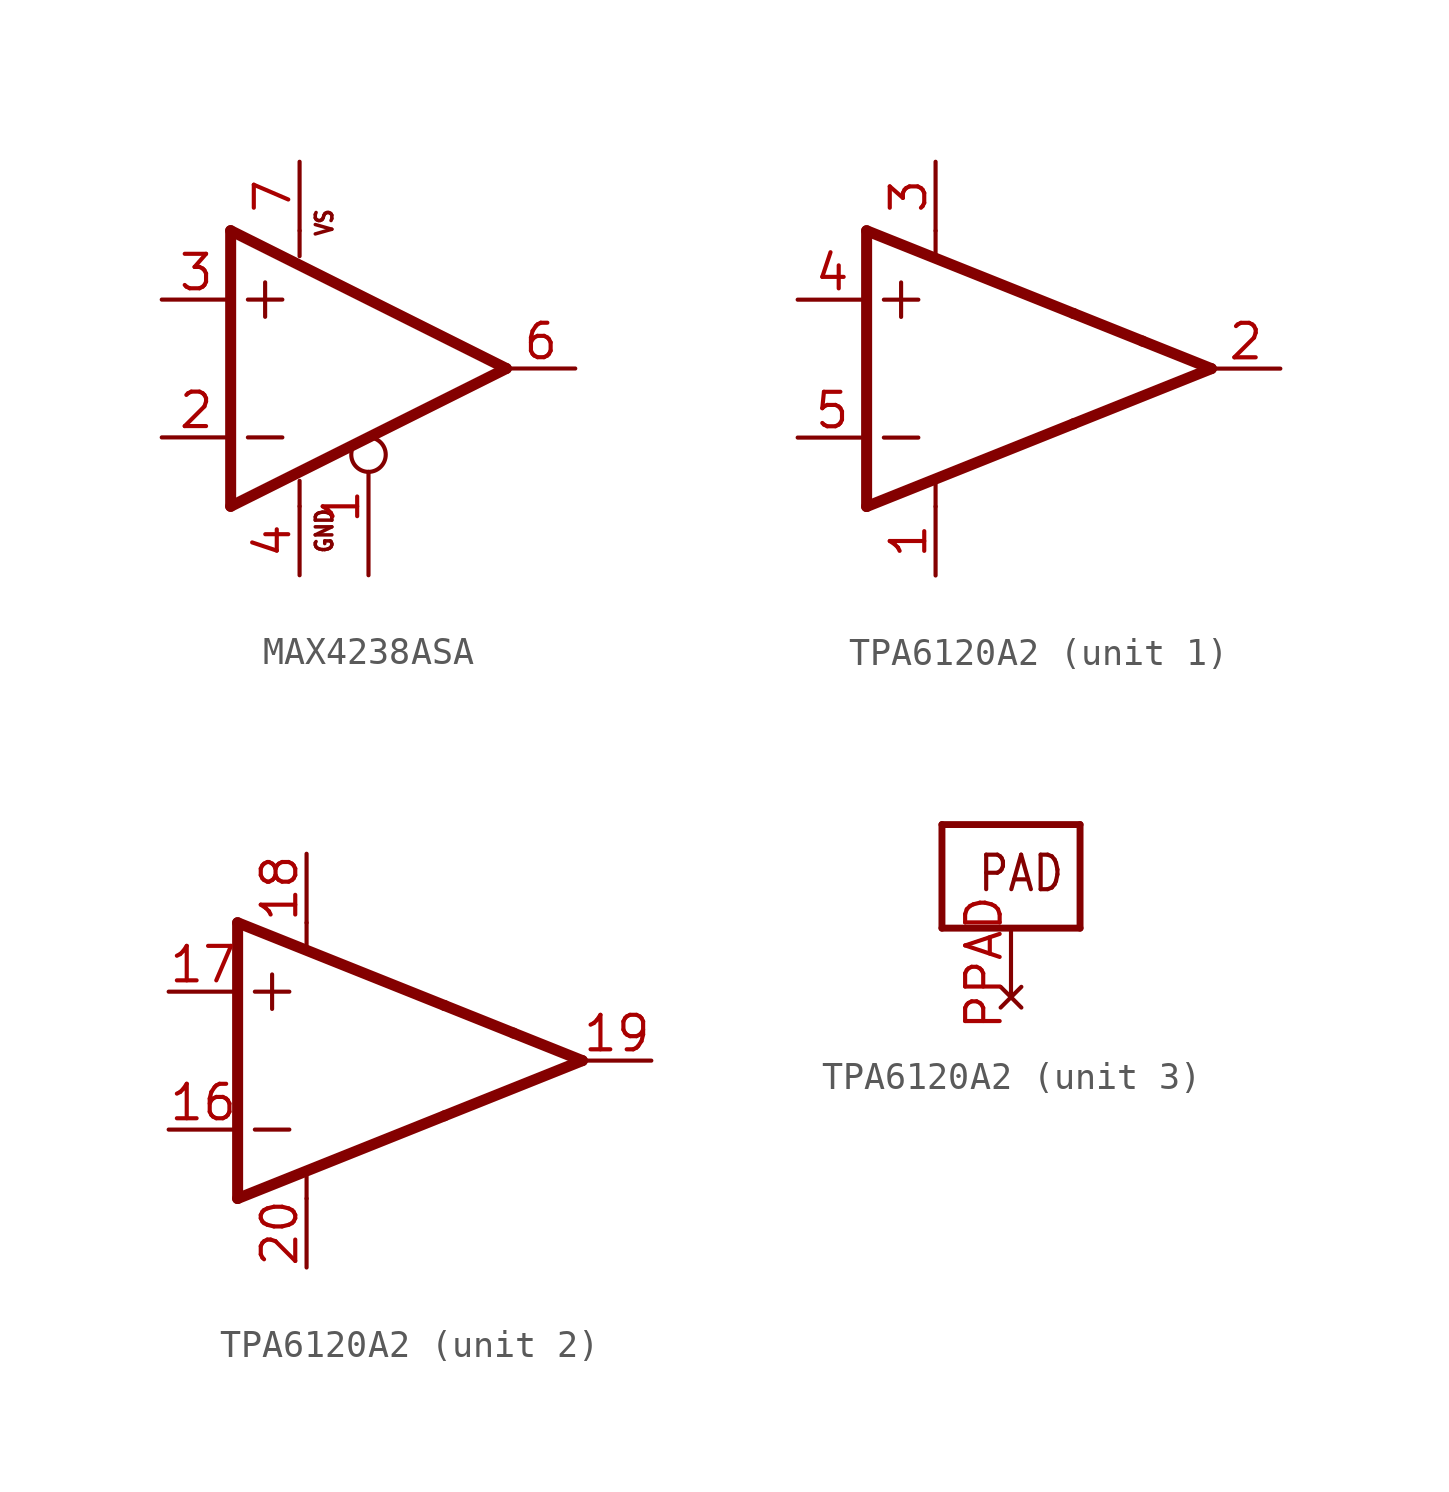
<source format=kicad_sym>
(kicad_symbol_lib
  (version 20231120)
  (generator "kicad_symbol_editor")
  (generator_version "8.0")
  (symbol "MAX4238ASA"
    (property "Reference" "U"
      (at -2.54 7.62 0)
      (effects (font (size 1.778 1.511)) (justify right top) (hide yes)))
    (property "Value" ""
      (at 7.62 -3.81 0)
      (effects (font (size 1.778 1.511)) (justify left bottom)))
    (symbol "MAX4238ASA_1_0"
      (polyline (pts (xy -2.54 5.08) (xy -2.54 -5.08)) (stroke (width 0.406) (type solid)) (fill (type none)))
      (polyline (pts (xy -2.54 5.08) (xy 7.62 0)) (stroke (width 0.406) (type solid)) (fill (type none)))
      (polyline (pts (xy -1.905 -2.54) (xy -0.635 -2.54)) (stroke (width 0.152) (type solid)) (fill (type none)))
      (polyline (pts (xy -1.905 2.54) (xy -0.635 2.54)) (stroke (width 0.152) (type solid)) (fill (type none)))
      (polyline (pts (xy -1.27 3.175) (xy -1.27 1.905)) (stroke (width 0.152) (type solid)) (fill (type none)))
      (polyline (pts (xy 0 -4.14) (xy 0 -5.08)) (stroke (width 0.152) (type solid)) (fill (type none)))
      (polyline (pts (xy 0 5.08) (xy 0 4.14)) (stroke (width 0.152) (type solid)) (fill (type none)))
      (polyline (pts (xy 7.62 0) (xy -2.54 -5.08)) (stroke (width 0.406) (type solid)) (fill (type none)))
      (text "GND" (at 1.27 -6.858 900) (effects (font (size 0.61 0.518)) (justify left bottom)))
      (text "VS" (at 1.27 4.826 900) (effects (font (size 0.61 0.518)) (justify left bottom)))
      (pin bidirectional inverted (at 2.54 -7.62 90) (length 5.08) (name "SHDN" (effects (font (size 0 0)))) (number "1" (effects (font (size 1.27 1.27)))))
      (pin input line (at -5.08 -2.54 0) (length 2.54) (name "-IN" (effects (font (size 0 0)))) (number "2" (effects (font (size 1.27 1.27)))))
      (pin input line (at -5.08 2.54 0) (length 2.54) (name "+IN" (effects (font (size 0 0)))) (number "3" (effects (font (size 1.27 1.27)))))
      (pin power_in line (at 0 -7.62 90) (length 2.54) (name "VCC-" (effects (font (size 0 0)))) (number "4" (effects (font (size 1.27 1.27)))))
      (pin output line (at 10.16 0 180) (length 2.54) (name "OUT" (effects (font (size 0 0)))) (number "6" (effects (font (size 1.27 1.27)))))
      (pin power_in line (at 0 7.62 270) (length 2.54) (name "VCC+" (effects (font (size 0 0)))) (number "7" (effects (font (size 1.27 1.27)))))))
  (symbol "TPA6120A2"
    (property "Reference" "U"
      (at -2.54 7.62 0)
      (effects (font (size 1.778 1.511)) (justify right top) (hide yes)))
    (property "ki_locked" ""
      (at 0 0 0)
      (effects (font (size 1.27 1.27))))
    (symbol "TPA6120A2_1_0"
      (polyline (pts (xy -2.54 -5.08) (xy 5.08 -2.032)) (stroke (width 0.406) (type solid)) (fill (type none)))
      (polyline (pts (xy -2.54 5.08) (xy -2.54 -5.08)) (stroke (width 0.406) (type solid)) (fill (type none)))
      (polyline (pts (xy -1.905 -2.54) (xy -0.635 -2.54)) (stroke (width 0.152) (type solid)) (fill (type none)))
      (polyline (pts (xy -1.905 2.54) (xy -0.635 2.54)) (stroke (width 0.152) (type solid)) (fill (type none)))
      (polyline (pts (xy -1.27 3.175) (xy -1.27 1.905)) (stroke (width 0.152) (type solid)) (fill (type none)))
      (polyline (pts (xy 0 -4.14) (xy 0 -5.08)) (stroke (width 0.152) (type solid)) (fill (type none)))
      (polyline (pts (xy 0 5.08) (xy 0 4.14)) (stroke (width 0.152) (type solid)) (fill (type none)))
      (polyline (pts (xy 5.08 -2.032) (xy 10.16 0)) (stroke (width 0.406) (type solid)) (fill (type none)))
      (polyline (pts (xy 5.08 2.032) (xy -2.54 5.08)) (stroke (width 0.406) (type solid)) (fill (type none)))
      (polyline (pts (xy 7.62 1.016) (xy 5.08 2.032)) (stroke (width 0.406) (type solid)) (fill (type none)))
      (polyline (pts (xy 10.16 0) (xy 7.62 1.016)) (stroke (width 0.406) (type solid)) (fill (type none)))
      (pin power_in line (at 0 -7.62 90) (length 2.54) (name "VCC-" (effects (font (size 0 0)))) (number "1" (effects (font (size 1.27 1.27)))))
      (pin output line (at 12.7 0 180) (length 2.54) (name "OUT" (effects (font (size 0 0)))) (number "2" (effects (font (size 1.27 1.27)))))
      (pin power_in line (at 0 7.62 270) (length 2.54) (name "VCC+" (effects (font (size 0 0)))) (number "3" (effects (font (size 1.27 1.27)))))
      (pin input line (at -5.08 2.54 0) (length 2.54) (name "+IN" (effects (font (size 0 0)))) (number "4" (effects (font (size 1.27 1.27)))))
      (pin input line (at -5.08 -2.54 0) (length 2.54) (name "-IN" (effects (font (size 0 0)))) (number "5" (effects (font (size 1.27 1.27))))))
    (symbol "TPA6120A2_2_0"
      (polyline (pts (xy -2.54 -5.08) (xy 5.08 -2.032)) (stroke (width 0.406) (type solid)) (fill (type none)))
      (polyline (pts (xy -2.54 5.08) (xy -2.54 -5.08)) (stroke (width 0.406) (type solid)) (fill (type none)))
      (polyline (pts (xy -1.905 -2.54) (xy -0.635 -2.54)) (stroke (width 0.152) (type solid)) (fill (type none)))
      (polyline (pts (xy -1.905 2.54) (xy -0.635 2.54)) (stroke (width 0.152) (type solid)) (fill (type none)))
      (polyline (pts (xy -1.27 3.175) (xy -1.27 1.905)) (stroke (width 0.152) (type solid)) (fill (type none)))
      (polyline (pts (xy 0 -4.14) (xy 0 -5.08)) (stroke (width 0.152) (type solid)) (fill (type none)))
      (polyline (pts (xy 0 5.08) (xy 0 4.14)) (stroke (width 0.152) (type solid)) (fill (type none)))
      (polyline (pts (xy 5.08 -2.032) (xy 10.16 0)) (stroke (width 0.406) (type solid)) (fill (type none)))
      (polyline (pts (xy 5.08 2.032) (xy -2.54 5.08)) (stroke (width 0.406) (type solid)) (fill (type none)))
      (polyline (pts (xy 7.62 1.016) (xy 5.08 2.032)) (stroke (width 0.406) (type solid)) (fill (type none)))
      (polyline (pts (xy 10.16 0) (xy 7.62 1.016)) (stroke (width 0.406) (type solid)) (fill (type none)))
      (pin input line (at -5.08 -2.54 0) (length 2.54) (name "-IN" (effects (font (size 0 0)))) (number "16" (effects (font (size 1.27 1.27)))))
      (pin input line (at -5.08 2.54 0) (length 2.54) (name "+IN" (effects (font (size 0 0)))) (number "17" (effects (font (size 1.27 1.27)))))
      (pin power_in line (at 0 7.62 270) (length 2.54) (name "VCC+" (effects (font (size 0 0)))) (number "18" (effects (font (size 1.27 1.27)))))
      (pin output line (at 12.7 0 180) (length 2.54) (name "OUT" (effects (font (size 0 0)))) (number "19" (effects (font (size 1.27 1.27)))))
      (pin power_in line (at 0 -7.62 90) (length 2.54) (name "VCC-" (effects (font (size 0 0)))) (number "20" (effects (font (size 1.27 1.27))))))
    (symbol "TPA6120A2_3_0"
      (polyline (pts (xy -2.54 -2.54) (xy 2.54 -2.54)) (stroke (width 0.254) (type solid)) (fill (type none)))
      (polyline (pts (xy -2.54 1.27) (xy -2.54 -2.54)) (stroke (width 0.254) (type solid)) (fill (type none)))
      (polyline (pts (xy 2.54 -2.54) (xy 2.54 1.27)) (stroke (width 0.254) (type solid)) (fill (type none)))
      (polyline (pts (xy 2.54 1.27) (xy -2.54 1.27)) (stroke (width 0.254) (type solid)) (fill (type none)))
      (text "PAD" (at -1.27 -1.27 0) (effects (font (size 1.27 1.079)) (justify left bottom)))
      (pin no_connect line (at 0 -5.08 90) (length 2.54) (name "PAD" (effects (font (size 0 0)))) (number "PPAD" (effects (font (size 1.27 1.27))))))))
</source>
